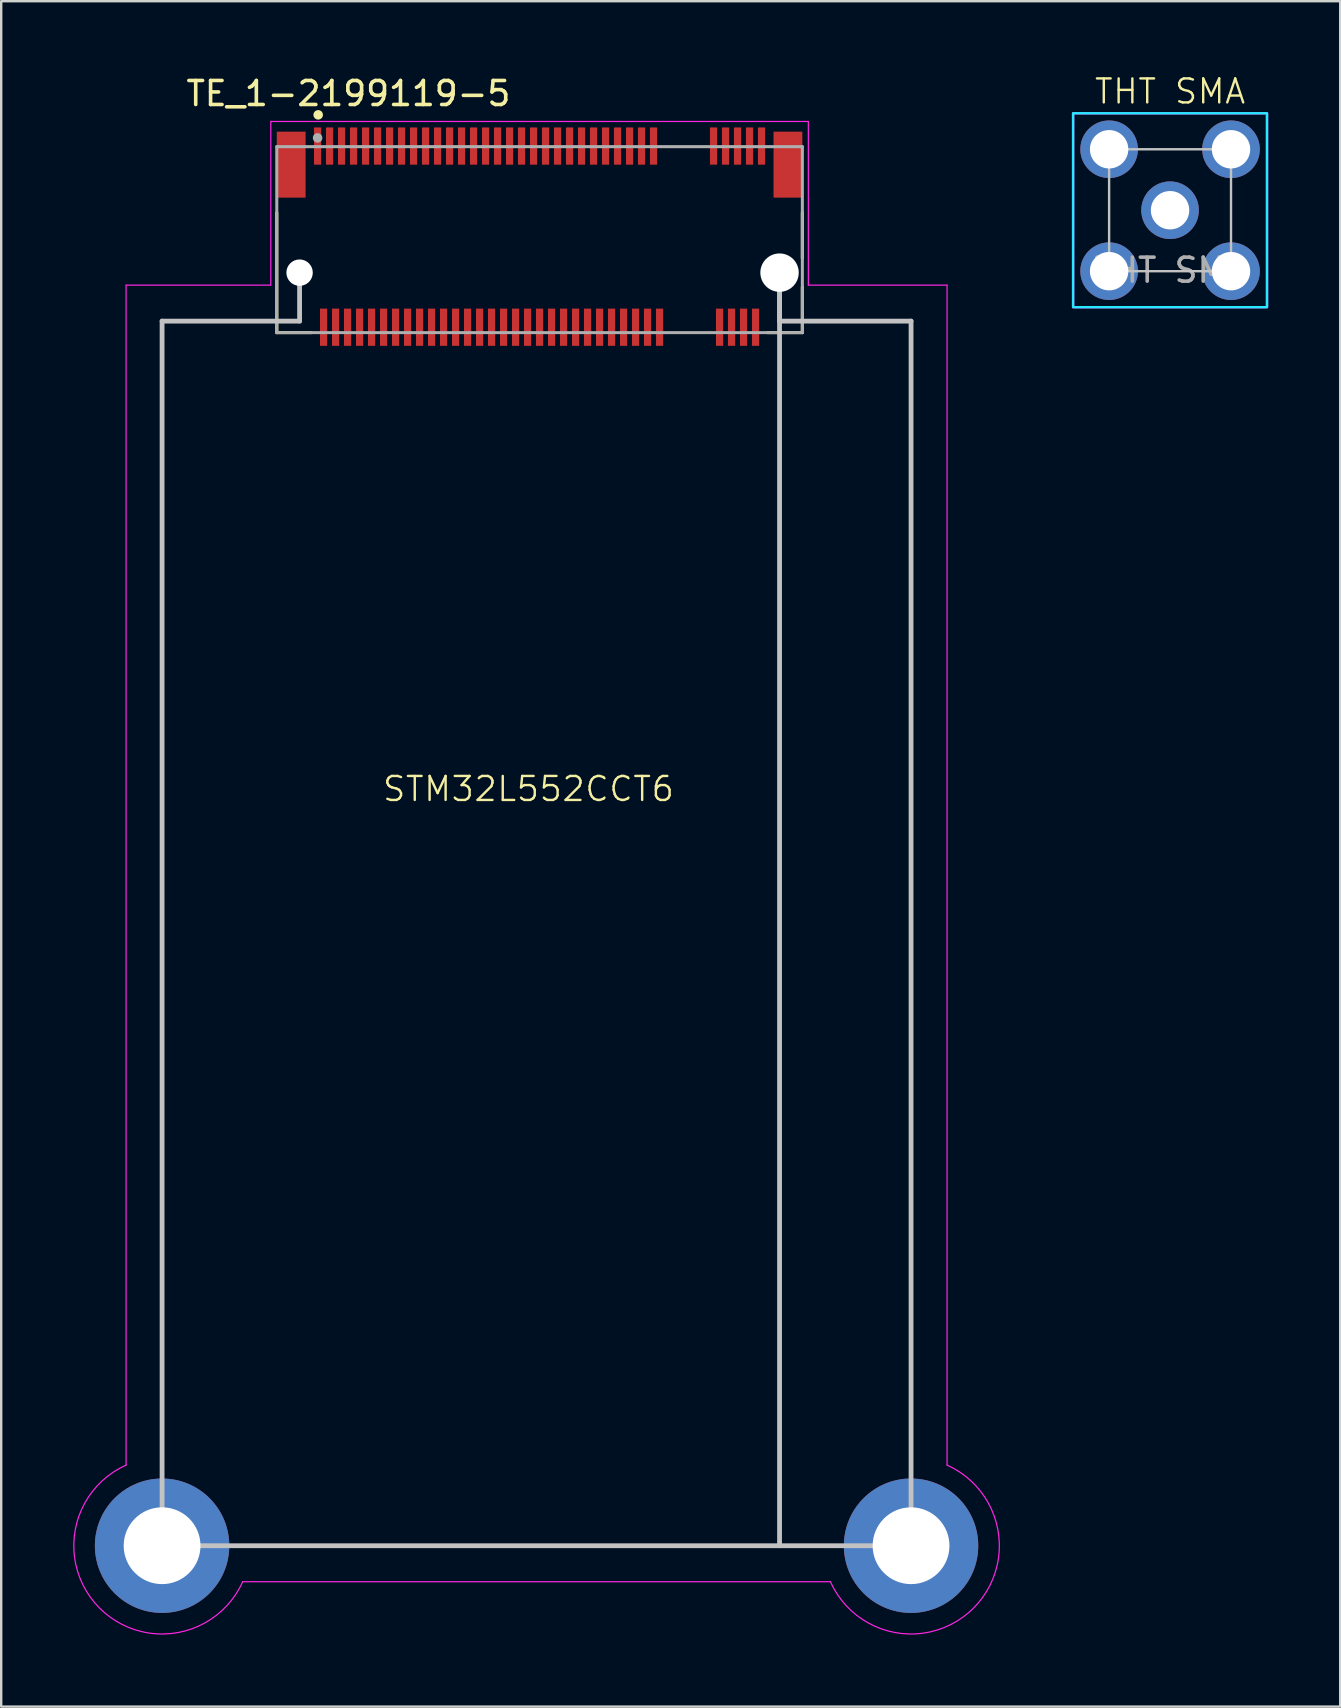
<source format=kicad_pcb>
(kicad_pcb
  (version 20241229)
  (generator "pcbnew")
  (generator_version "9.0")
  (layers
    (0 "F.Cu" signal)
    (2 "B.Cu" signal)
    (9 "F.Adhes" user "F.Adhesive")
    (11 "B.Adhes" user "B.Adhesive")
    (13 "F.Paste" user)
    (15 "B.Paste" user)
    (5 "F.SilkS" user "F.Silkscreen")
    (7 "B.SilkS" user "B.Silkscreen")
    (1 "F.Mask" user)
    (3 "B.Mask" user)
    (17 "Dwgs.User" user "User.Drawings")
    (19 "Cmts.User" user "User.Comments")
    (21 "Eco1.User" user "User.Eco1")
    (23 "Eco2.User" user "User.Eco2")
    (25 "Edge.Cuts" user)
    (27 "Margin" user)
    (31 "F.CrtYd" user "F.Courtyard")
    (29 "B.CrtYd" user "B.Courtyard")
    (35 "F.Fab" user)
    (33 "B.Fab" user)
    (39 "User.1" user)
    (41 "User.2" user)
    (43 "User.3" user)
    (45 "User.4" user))
  (footprint "TE_1-2199119-5"
    (layer "F.Cu")
    (at 19.434 6.811)
    (property "Reference" "TE_1-2199119-5" (at -7.965 -5.962 0) (layer "F.SilkS") (effects (font (size 1.001 1.001) (thickness 0.15))))
    (attr smd)
    (fp_line (start -15.73 50.55) (end -15.73 3.52) (stroke (width 0.1) (type default)) (layer "F.SilkS"))
    (fp_line (start -10.95 -1) (end -10.95 4) (stroke (width 0.127) (type solid)) (layer "F.SilkS"))
    (fp_line (start -10.95 3.52) (end -15.73 3.52) (stroke (width 0.1) (type solid)) (layer "F.SilkS"))
    (fp_line (start -10.95 4) (end -9.5 4) (stroke (width 0.127) (type solid)) (layer "F.SilkS"))
    (fp_line (start 9.5 4) (end 10.95 4) (stroke (width 0.127) (type solid)) (layer "F.SilkS"))
    (fp_line (start 10.95 0.9) (end 10.95 -1) (stroke (width 0.127) (type solid)) (layer "F.SilkS"))
    (fp_line (start 10.95 3.52) (end 15.48 3.52) (stroke (width 0.1) (type solid)) (layer "F.SilkS"))
    (fp_line (start 10.95 4) (end 10.95 2.1) (stroke (width 0.127) (type solid)) (layer "F.SilkS"))
    (fp_line (start 11.48 54.55) (end -11.73 54.55) (stroke (width 0.1) (type default)) (layer "F.SilkS"))
    (fp_line (start 15.48 3.52) (end 15.48 50.55) (stroke (width 0.1) (type default)) (layer "F.SilkS"))
    (fp_circle (center -9.225 -5.075) (end -9.125 -5.075) (stroke (width 0.2) (type solid)) (fill no) (layer "F.SilkS"))
    (fp_line (start -15.73 3.52) (end -15.73 54.55) (stroke (width 0.2) (type solid)) (layer "Dwgs.User"))
    (fp_line (start -15.73 54.55) (end 15.48 54.55) (stroke (width 0.2) (type solid)) (layer "Dwgs.User"))
    (fp_line (start -10 1.5) (end -10 3.52) (stroke (width 0.2) (type solid)) (layer "Dwgs.User"))
    (fp_line (start -10 3.52) (end -15.73 3.52) (stroke (width 0.2) (type solid)) (layer "Dwgs.User"))
    (fp_line (start 10 1.5) (end 10 3.52) (stroke (width 0.2) (type solid)) (layer "Dwgs.User"))
    (fp_line (start 10 1.5) (end 10 54.55) (stroke (width 0.2) (type solid)) (layer "Dwgs.User"))
    (fp_line (start 10 3.52) (end 15.48 3.52) (stroke (width 0.2) (type solid)) (layer "Dwgs.User"))
    (fp_line (start 15.48 3.52) (end 15.48 54.55) (stroke (width 0.2) (type solid)) (layer "Dwgs.User"))
    (fp_line (start -17.23 2.02) (end -17.23 51.191) (stroke (width 0.05) (type default)) (layer "F.CrtYd"))
    (fp_line (start -12.371 56.05) (end 12.121 56.05) (stroke (width 0.05) (type default)) (layer "F.CrtYd"))
    (fp_line (start -11.2 -4.8) (end -11.2 2.02) (stroke (width 0.05) (type solid)) (layer "F.CrtYd"))
    (fp_line (start -11.2 -4.8) (end 11.2 -4.8) (stroke (width 0.05) (type solid)) (layer "F.CrtYd"))
    (fp_line (start -11.2 2.02) (end -17.23 2.02) (stroke (width 0.05) (type default)) (layer "F.CrtYd"))
    (fp_line (start 11.2 -4.8) (end 11.2 2.02) (stroke (width 0.05) (type solid)) (layer "F.CrtYd"))
    (fp_line (start 16.98 2.02) (end 11.2 2.02) (stroke (width 0.05) (type default)) (layer "F.CrtYd"))
    (fp_line (start 16.98 51.191) (end 16.98 2.02) (stroke (width 0.05) (type default)) (layer "F.CrtYd"))
    (fp_arc (start -12.370998 56.05) (mid -18.334781 57.147695) (end -17.23 51.190997) (stroke (width 0.05) (type solid)) (layer "F.CrtYd"))
    (fp_arc (start 16.980001 51.190999) (mid 18.08124 57.15124) (end 12.120999 56.05) (stroke (width 0.05) (type solid)) (layer "F.CrtYd"))
    (fp_line (start -10.95 -3.75) (end 10.95 -3.75) (stroke (width 0.127) (type solid)) (layer "F.Fab"))
    (fp_line (start -10.95 4) (end -10.95 -3.75) (stroke (width 0.127) (type solid)) (layer "F.Fab"))
    (fp_line (start 10.95 -3.75) (end 10.95 4) (stroke (width 0.127) (type solid)) (layer "F.Fab"))
    (fp_line (start 10.95 4) (end -10.95 4) (stroke (width 0.127) (type solid)) (layer "F.Fab"))
    (fp_circle (center -9.25 -4.115) (end -9.15 -4.115) (stroke (width 0.2) (type solid)) (fill no) (layer "F.Fab"))
    (fp_text user "STM32L552CCT6" (at -6.6 23.6 0) (unlocked yes) (layer "F.SilkS") (effects (font (size 1 1) (thickness 0.1)) (justify left bottom)))
    (pad "" np_thru_hole circle (at -10 1.5) (size 1.1 1.1) (drill 1.1) (layers "*.Cu" "*.Mask"))
    (pad "" np_thru_hole circle (at 10 1.5) (size 1.6 1.6) (drill 1.6) (layers "*.Cu" "*.Mask"))
    (pad "1" smd rect (at -9.25 -3.775) (size 0.3 1.55) (layers "F.Cu" "F.Mask" "F.Paste"))
    (pad "2" smd rect (at -9 3.775) (size 0.3 1.55) (layers "F.Cu" "F.Mask" "F.Paste"))
    (pad "3" smd rect (at -8.75 -3.775) (size 0.3 1.55) (layers "F.Cu" "F.Mask" "F.Paste"))
    (pad "4" smd rect (at -8.5 3.775) (size 0.3 1.55) (layers "F.Cu" "F.Mask" "F.Paste"))
    (pad "5" smd rect (at -8.25 -3.775) (size 0.3 1.55) (layers "F.Cu" "F.Mask" "F.Paste"))
    (pad "6" smd rect (at -8 3.775) (size 0.3 1.55) (layers "F.Cu" "F.Mask" "F.Paste"))
    (pad "7" smd rect (at -7.75 -3.775) (size 0.3 1.55) (layers "F.Cu" "F.Mask" "F.Paste"))
    (pad "8" smd rect (at -7.5 3.775) (size 0.3 1.55) (layers "F.Cu" "F.Mask" "F.Paste"))
    (pad "9" smd rect (at -7.25 -3.775) (size 0.3 1.55) (layers "F.Cu" "F.Mask" "F.Paste"))
    (pad "10" smd rect (at -7 3.775) (size 0.3 1.55) (layers "F.Cu" "F.Mask" "F.Paste"))
    (pad "11" smd rect (at -6.75 -3.775) (size 0.3 1.55) (layers "F.Cu" "F.Mask" "F.Paste"))
    (pad "12" smd rect (at -6.5 3.775) (size 0.3 1.55) (layers "F.Cu" "F.Mask" "F.Paste"))
    (pad "13" smd rect (at -6.25 -3.775) (size 0.3 1.55) (layers "F.Cu" "F.Mask" "F.Paste"))
    (pad "14" smd rect (at -6 3.775) (size 0.3 1.55) (layers "F.Cu" "F.Mask" "F.Paste"))
    (pad "15" smd rect (at -5.75 -3.775) (size 0.3 1.55) (layers "F.Cu" "F.Mask" "F.Paste"))
    (pad "16" smd rect (at -5.5 3.775) (size 0.3 1.55) (layers "F.Cu" "F.Mask" "F.Paste"))
    (pad "17" smd rect (at -5.25 -3.775) (size 0.3 1.55) (layers "F.Cu" "F.Mask" "F.Paste"))
    (pad "18" smd rect (at -5 3.775) (size 0.3 1.55) (layers "F.Cu" "F.Mask" "F.Paste"))
    (pad "19" smd rect (at -4.75 -3.775) (size 0.3 1.55) (layers "F.Cu" "F.Mask" "F.Paste"))
    (pad "20" smd rect (at -4.5 3.775) (size 0.3 1.55) (layers "F.Cu" "F.Mask" "F.Paste"))
    (pad "21" smd rect (at -4.25 -3.775) (size 0.3 1.55) (layers "F.Cu" "F.Mask" "F.Paste"))
    (pad "22" smd rect (at -4 3.775) (size 0.3 1.55) (layers "F.Cu" "F.Mask" "F.Paste"))
    (pad "23" smd rect (at -3.75 -3.775) (size 0.3 1.55) (layers "F.Cu" "F.Mask" "F.Paste"))
    (pad "24" smd rect (at -3.5 3.775) (size 0.3 1.55) (layers "F.Cu" "F.Mask" "F.Paste"))
    (pad "25" smd rect (at -3.25 -3.775) (size 0.3 1.55) (layers "F.Cu" "F.Mask" "F.Paste"))
    (pad "26" smd rect (at -3 3.775) (size 0.3 1.55) (layers "F.Cu" "F.Mask" "F.Paste"))
    (pad "27" smd rect (at -2.75 -3.775) (size 0.3 1.55) (layers "F.Cu" "F.Mask" "F.Paste"))
    (pad "28" smd rect (at -2.5 3.775) (size 0.3 1.55) (layers "F.Cu" "F.Mask" "F.Paste"))
    (pad "29" smd rect (at -2.25 -3.775) (size 0.3 1.55) (layers "F.Cu" "F.Mask" "F.Paste"))
    (pad "30" smd rect (at -2 3.775) (size 0.3 1.55) (layers "F.Cu" "F.Mask" "F.Paste"))
    (pad "31" smd rect (at -1.75 -3.775) (size 0.3 1.55) (layers "F.Cu" "F.Mask" "F.Paste"))
    (pad "32" smd rect (at -1.5 3.775) (size 0.3 1.55) (layers "F.Cu" "F.Mask" "F.Paste"))
    (pad "33" smd rect (at -1.25 -3.775) (size 0.3 1.55) (layers "F.Cu" "F.Mask" "F.Paste"))
    (pad "34" smd rect (at -1 3.775) (size 0.3 1.55) (layers "F.Cu" "F.Mask" "F.Paste"))
    (pad "35" smd rect (at -0.75 -3.775) (size 0.3 1.55) (layers "F.Cu" "F.Mask" "F.Paste"))
    (pad "36" smd rect (at -0.5 3.775) (size 0.3 1.55) (layers "F.Cu" "F.Mask" "F.Paste"))
    (pad "37" smd rect (at -0.25 -3.775) (size 0.3 1.55) (layers "F.Cu" "F.Mask" "F.Paste"))
    (pad "38" smd rect (at 0 3.775) (size 0.3 1.55) (layers "F.Cu" "F.Mask" "F.Paste"))
    (pad "39" smd rect (at 0.25 -3.775) (size 0.3 1.55) (layers "F.Cu" "F.Mask" "F.Paste"))
    (pad "40" smd rect (at 0.5 3.775) (size 0.3 1.55) (layers "F.Cu" "F.Mask" "F.Paste"))
    (pad "41" smd rect (at 0.75 -3.775) (size 0.3 1.55) (layers "F.Cu" "F.Mask" "F.Paste"))
    (pad "42" smd rect (at 1 3.775) (size 0.3 1.55) (layers "F.Cu" "F.Mask" "F.Paste"))
    (pad "43" smd rect (at 1.25 -3.775) (size 0.3 1.55) (layers "F.Cu" "F.Mask" "F.Paste"))
    (pad "44" smd rect (at 1.5 3.775) (size 0.3 1.55) (layers "F.Cu" "F.Mask" "F.Paste"))
    (pad "45" smd rect (at 1.75 -3.775) (size 0.3 1.55) (layers "F.Cu" "F.Mask" "F.Paste"))
    (pad "46" smd rect (at 2 3.775) (size 0.3 1.55) (layers "F.Cu" "F.Mask" "F.Paste"))
    (pad "47" smd rect (at 2.25 -3.775) (size 0.3 1.55) (layers "F.Cu" "F.Mask" "F.Paste"))
    (pad "48" smd rect (at 2.5 3.775) (size 0.3 1.55) (layers "F.Cu" "F.Mask" "F.Paste"))
    (pad "49" smd rect (at 2.75 -3.775) (size 0.3 1.55) (layers "F.Cu" "F.Mask" "F.Paste"))
    (pad "50" smd rect (at 3 3.775) (size 0.3 1.55) (layers "F.Cu" "F.Mask" "F.Paste"))
    (pad "51" smd rect (at 3.25 -3.775) (size 0.3 1.55) (layers "F.Cu" "F.Mask" "F.Paste"))
    (pad "52" smd rect (at 3.5 3.775) (size 0.3 1.55) (layers "F.Cu" "F.Mask" "F.Paste"))
    (pad "53" smd rect (at 3.75 -3.775) (size 0.3 1.55) (layers "F.Cu" "F.Mask" "F.Paste"))
    (pad "54" smd rect (at 4 3.775) (size 0.3 1.55) (layers "F.Cu" "F.Mask" "F.Paste"))
    (pad "55" smd rect (at 4.25 -3.775) (size 0.3 1.55) (layers "F.Cu" "F.Mask" "F.Paste"))
    (pad "56" smd rect (at 4.5 3.775) (size 0.3 1.55) (layers "F.Cu" "F.Mask" "F.Paste"))
    (pad "57" smd rect (at 4.75 -3.775) (size 0.3 1.55) (layers "F.Cu" "F.Mask" "F.Paste"))
    (pad "58" smd rect (at 5 3.775) (size 0.3 1.55) (layers "F.Cu" "F.Mask" "F.Paste"))
    (pad "67" smd rect (at 7.25 -3.775) (size 0.3 1.55) (layers "F.Cu" "F.Mask" "F.Paste"))
    (pad "68" smd rect (at 7.5 3.775) (size 0.3 1.55) (layers "F.Cu" "F.Mask" "F.Paste"))
    (pad "69" smd rect (at 7.75 -3.775) (size 0.3 1.55) (layers "F.Cu" "F.Mask" "F.Paste"))
    (pad "70" smd rect (at 8 3.775) (size 0.3 1.55) (layers "F.Cu" "F.Mask" "F.Paste"))
    (pad "71" smd rect (at 8.25 -3.775) (size 0.3 1.55) (layers "F.Cu" "F.Mask" "F.Paste"))
    (pad "72" smd rect (at 8.5 3.775) (size 0.3 1.55) (layers "F.Cu" "F.Mask" "F.Paste"))
    (pad "73" smd rect (at 8.75 -3.775) (size 0.3 1.55) (layers "F.Cu" "F.Mask" "F.Paste"))
    (pad "74" smd rect (at 9 3.775) (size 0.3 1.55) (layers "F.Cu" "F.Mask" "F.Paste"))
    (pad "75" smd rect (at 9.25 -3.775) (size 0.3 1.55) (layers "F.Cu" "F.Mask" "F.Paste"))
    (pad "NC" thru_hole circle (at -15.73 54.55) (size 5.6 5.6) (drill 3.2) (layers "*.Cu" "*.Mask"))
    (pad "NC" thru_hole circle (at 15.48 54.55) (size 5.6 5.6) (drill 3.2) (layers "*.Cu" "*.Mask"))
    (pad "SH1" smd rect (at -10.35 -3) (size 1.2 2.75) (layers "F.Cu" "F.Mask" "F.Paste"))
    (pad "SH2" smd rect (at 10.35 -3) (size 1.2 2.75) (layers "F.Cu" "F.Mask" "F.Paste")))
  (footprint "THT SMA"
    (layer "F.Cu")
    (at 45.707 5.71)
    (property "Reference" "THT SMA" (at 0 -4.95 0) (unlocked yes) (layer "F.SilkS") (effects (font (size 1 1) (thickness 0.1))))
    (attr smd)
    (fp_rect (start -2.54 -2.54) (end 2.54 2.54) (stroke (width 0.1) (type solid)) (fill no) (layer "Dwgs.User"))
    (fp_rect (start -4.04 -4.04) (end 4.04 4.04) (stroke (width 0.1) (type solid)) (fill no) (layer "B.CrtYd"))
    (fp_rect (start -4.04 -4.04) (end 4.04 4.04) (stroke (width 0.1) (type solid)) (fill no) (layer "F.CrtYd"))
    (fp_text user "${REFERENCE}" (at 0 2.5 0) (unlocked yes) (layer "F.Fab") (effects (font (size 1 1) (thickness 0.15))))
    (pad "1" thru_hole circle (at 0 0) (size 2.4 2.4) (drill 1.6) (layers "*.Cu" "*.Mask"))
    (pad "2" thru_hole circle (at -2.54 -2.54) (size 2.4 2.4) (drill 1.6) (layers "*.Cu" "*.Mask"))
    (pad "2" thru_hole circle (at -2.54 2.54) (size 2.4 2.4) (drill 1.6) (layers "*.Cu" "*.Mask"))
    (pad "2" thru_hole circle (at 2.54 -2.54) (size 2.4 2.4) (drill 1.6) (layers "*.Cu" "*.Mask"))
    (pad "2" thru_hole circle (at 2.54 2.54) (size 2.4 2.4) (drill 1.6) (layers "*.Cu" "*.Mask")))
  (gr_rect
    (start -3 -3)
    (end 52.797 68.065)
    (stroke (width 0.1) (type default))
    (fill no)
    (layer "Edge.Cuts")))
</source>
